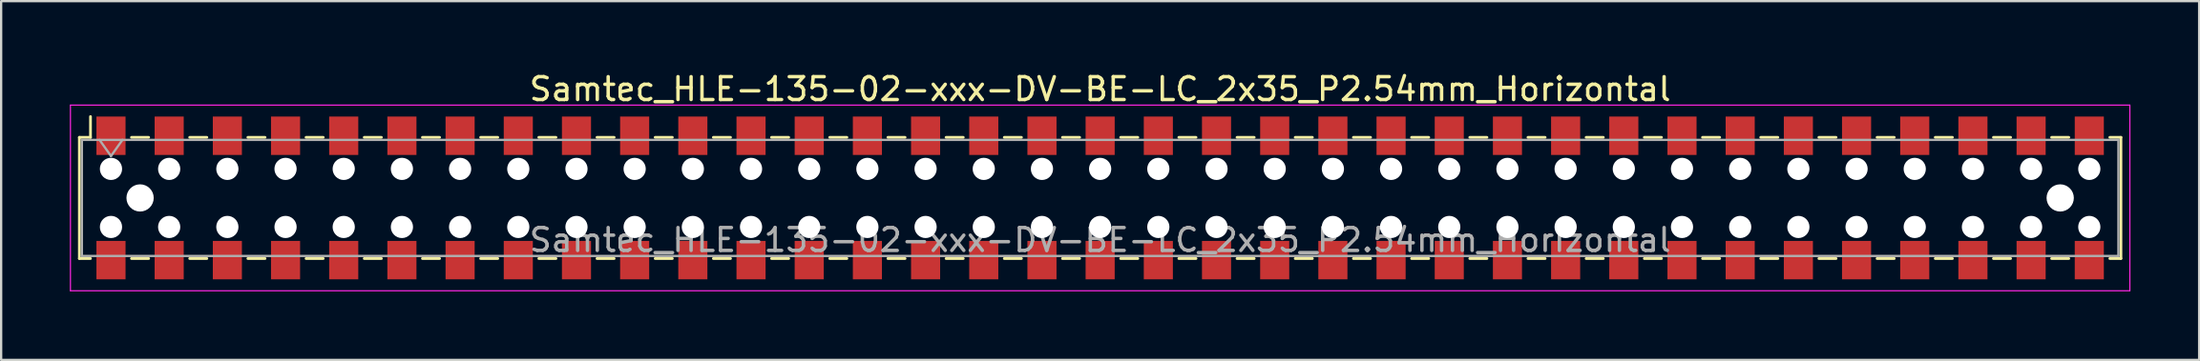
<source format=kicad_pcb>
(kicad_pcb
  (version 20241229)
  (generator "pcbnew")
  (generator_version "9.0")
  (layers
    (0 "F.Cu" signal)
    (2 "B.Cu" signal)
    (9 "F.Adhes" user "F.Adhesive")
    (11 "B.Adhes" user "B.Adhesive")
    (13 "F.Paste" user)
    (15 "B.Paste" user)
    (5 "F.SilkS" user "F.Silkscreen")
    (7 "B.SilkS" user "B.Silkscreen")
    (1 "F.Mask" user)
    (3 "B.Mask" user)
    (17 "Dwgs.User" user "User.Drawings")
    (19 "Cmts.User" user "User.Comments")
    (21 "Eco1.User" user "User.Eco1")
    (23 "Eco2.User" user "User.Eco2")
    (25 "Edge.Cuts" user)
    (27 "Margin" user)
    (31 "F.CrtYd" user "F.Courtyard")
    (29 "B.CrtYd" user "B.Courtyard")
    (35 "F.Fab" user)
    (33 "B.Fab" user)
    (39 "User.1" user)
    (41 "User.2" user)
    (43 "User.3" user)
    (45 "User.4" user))
  (footprint "Samtec_HLE-135-02-xxx-DV-BE-LC_2x35_P2.54mm_Horizontal"
    (layer "F.Cu")
    (at 44.975 5.608)
    (property "Reference" "Samtec_HLE-135-02-xxx-DV-BE-LC_2x35_P2.54mm_Horizontal" (at 0 -4.76 0) (layer "F.SilkS") (effects (font (size 1 1) (thickness 0.15))))
    (attr smd)
    (fp_line (start -44.56 -2.65) (end -44.56 2.65) (stroke (width 0.12) (type solid)) (layer "F.SilkS"))
    (fp_line (start -44.56 2.65) (end -44.075 2.65) (stroke (width 0.12) (type solid)) (layer "F.SilkS"))
    (fp_line (start -44.075 -3.56) (end -44.075 -2.65) (stroke (width 0.12) (type solid)) (layer "F.SilkS"))
    (fp_line (start -44.075 -2.65) (end -44.56 -2.65) (stroke (width 0.12) (type solid)) (layer "F.SilkS"))
    (fp_line (start -42.285 -2.65) (end -41.535 -2.65) (stroke (width 0.12) (type solid)) (layer "F.SilkS"))
    (fp_line (start -42.285 2.65) (end -41.535 2.65) (stroke (width 0.12) (type solid)) (layer "F.SilkS"))
    (fp_line (start -39.745 -2.65) (end -38.995 -2.65) (stroke (width 0.12) (type solid)) (layer "F.SilkS"))
    (fp_line (start -39.745 2.65) (end -38.995 2.65) (stroke (width 0.12) (type solid)) (layer "F.SilkS"))
    (fp_line (start -37.205 -2.65) (end -36.455 -2.65) (stroke (width 0.12) (type solid)) (layer "F.SilkS"))
    (fp_line (start -37.205 2.65) (end -36.455 2.65) (stroke (width 0.12) (type solid)) (layer "F.SilkS"))
    (fp_line (start -34.665 -2.65) (end -33.915 -2.65) (stroke (width 0.12) (type solid)) (layer "F.SilkS"))
    (fp_line (start -34.665 2.65) (end -33.915 2.65) (stroke (width 0.12) (type solid)) (layer "F.SilkS"))
    (fp_line (start -32.125 -2.65) (end -31.375 -2.65) (stroke (width 0.12) (type solid)) (layer "F.SilkS"))
    (fp_line (start -32.125 2.65) (end -31.375 2.65) (stroke (width 0.12) (type solid)) (layer "F.SilkS"))
    (fp_line (start -29.585 -2.65) (end -28.835 -2.65) (stroke (width 0.12) (type solid)) (layer "F.SilkS"))
    (fp_line (start -29.585 2.65) (end -28.835 2.65) (stroke (width 0.12) (type solid)) (layer "F.SilkS"))
    (fp_line (start -27.045 -2.65) (end -26.295 -2.65) (stroke (width 0.12) (type solid)) (layer "F.SilkS"))
    (fp_line (start -27.045 2.65) (end -26.295 2.65) (stroke (width 0.12) (type solid)) (layer "F.SilkS"))
    (fp_line (start -24.505 -2.65) (end -23.755 -2.65) (stroke (width 0.12) (type solid)) (layer "F.SilkS"))
    (fp_line (start -24.505 2.65) (end -23.755 2.65) (stroke (width 0.12) (type solid)) (layer "F.SilkS"))
    (fp_line (start -21.965 -2.65) (end -21.215 -2.65) (stroke (width 0.12) (type solid)) (layer "F.SilkS"))
    (fp_line (start -21.965 2.65) (end -21.215 2.65) (stroke (width 0.12) (type solid)) (layer "F.SilkS"))
    (fp_line (start -19.425 -2.65) (end -18.675 -2.65) (stroke (width 0.12) (type solid)) (layer "F.SilkS"))
    (fp_line (start -19.425 2.65) (end -18.675 2.65) (stroke (width 0.12) (type solid)) (layer "F.SilkS"))
    (fp_line (start -16.885 -2.65) (end -16.135 -2.65) (stroke (width 0.12) (type solid)) (layer "F.SilkS"))
    (fp_line (start -16.885 2.65) (end -16.135 2.65) (stroke (width 0.12) (type solid)) (layer "F.SilkS"))
    (fp_line (start -14.345 -2.65) (end -13.595 -2.65) (stroke (width 0.12) (type solid)) (layer "F.SilkS"))
    (fp_line (start -14.345 2.65) (end -13.595 2.65) (stroke (width 0.12) (type solid)) (layer "F.SilkS"))
    (fp_line (start -11.805 -2.65) (end -11.055 -2.65) (stroke (width 0.12) (type solid)) (layer "F.SilkS"))
    (fp_line (start -11.805 2.65) (end -11.055 2.65) (stroke (width 0.12) (type solid)) (layer "F.SilkS"))
    (fp_line (start -9.265 -2.65) (end -8.515 -2.65) (stroke (width 0.12) (type solid)) (layer "F.SilkS"))
    (fp_line (start -9.265 2.65) (end -8.515 2.65) (stroke (width 0.12) (type solid)) (layer "F.SilkS"))
    (fp_line (start -6.725 -2.65) (end -5.975 -2.65) (stroke (width 0.12) (type solid)) (layer "F.SilkS"))
    (fp_line (start -6.725 2.65) (end -5.975 2.65) (stroke (width 0.12) (type solid)) (layer "F.SilkS"))
    (fp_line (start -4.185 -2.65) (end -3.435 -2.65) (stroke (width 0.12) (type solid)) (layer "F.SilkS"))
    (fp_line (start -4.185 2.65) (end -3.435 2.65) (stroke (width 0.12) (type solid)) (layer "F.SilkS"))
    (fp_line (start -1.645 -2.65) (end -0.895 -2.65) (stroke (width 0.12) (type solid)) (layer "F.SilkS"))
    (fp_line (start -1.645 2.65) (end -0.895 2.65) (stroke (width 0.12) (type solid)) (layer "F.SilkS"))
    (fp_line (start 0.895 -2.65) (end 1.645 -2.65) (stroke (width 0.12) (type solid)) (layer "F.SilkS"))
    (fp_line (start 0.895 2.65) (end 1.645 2.65) (stroke (width 0.12) (type solid)) (layer "F.SilkS"))
    (fp_line (start 3.435 -2.65) (end 4.185 -2.65) (stroke (width 0.12) (type solid)) (layer "F.SilkS"))
    (fp_line (start 3.435 2.65) (end 4.185 2.65) (stroke (width 0.12) (type solid)) (layer "F.SilkS"))
    (fp_line (start 5.975 -2.65) (end 6.725 -2.65) (stroke (width 0.12) (type solid)) (layer "F.SilkS"))
    (fp_line (start 5.975 2.65) (end 6.725 2.65) (stroke (width 0.12) (type solid)) (layer "F.SilkS"))
    (fp_line (start 8.515 -2.65) (end 9.265 -2.65) (stroke (width 0.12) (type solid)) (layer "F.SilkS"))
    (fp_line (start 8.515 2.65) (end 9.265 2.65) (stroke (width 0.12) (type solid)) (layer "F.SilkS"))
    (fp_line (start 11.055 -2.65) (end 11.805 -2.65) (stroke (width 0.12) (type solid)) (layer "F.SilkS"))
    (fp_line (start 11.055 2.65) (end 11.805 2.65) (stroke (width 0.12) (type solid)) (layer "F.SilkS"))
    (fp_line (start 13.595 -2.65) (end 14.345 -2.65) (stroke (width 0.12) (type solid)) (layer "F.SilkS"))
    (fp_line (start 13.595 2.65) (end 14.345 2.65) (stroke (width 0.12) (type solid)) (layer "F.SilkS"))
    (fp_line (start 16.135 -2.65) (end 16.885 -2.65) (stroke (width 0.12) (type solid)) (layer "F.SilkS"))
    (fp_line (start 16.135 2.65) (end 16.885 2.65) (stroke (width 0.12) (type solid)) (layer "F.SilkS"))
    (fp_line (start 18.675 -2.65) (end 19.425 -2.65) (stroke (width 0.12) (type solid)) (layer "F.SilkS"))
    (fp_line (start 18.675 2.65) (end 19.425 2.65) (stroke (width 0.12) (type solid)) (layer "F.SilkS"))
    (fp_line (start 21.215 -2.65) (end 21.965 -2.65) (stroke (width 0.12) (type solid)) (layer "F.SilkS"))
    (fp_line (start 21.215 2.65) (end 21.965 2.65) (stroke (width 0.12) (type solid)) (layer "F.SilkS"))
    (fp_line (start 23.755 -2.65) (end 24.505 -2.65) (stroke (width 0.12) (type solid)) (layer "F.SilkS"))
    (fp_line (start 23.755 2.65) (end 24.505 2.65) (stroke (width 0.12) (type solid)) (layer "F.SilkS"))
    (fp_line (start 26.295 -2.65) (end 27.045 -2.65) (stroke (width 0.12) (type solid)) (layer "F.SilkS"))
    (fp_line (start 26.295 2.65) (end 27.045 2.65) (stroke (width 0.12) (type solid)) (layer "F.SilkS"))
    (fp_line (start 28.835 -2.65) (end 29.585 -2.65) (stroke (width 0.12) (type solid)) (layer "F.SilkS"))
    (fp_line (start 28.835 2.65) (end 29.585 2.65) (stroke (width 0.12) (type solid)) (layer "F.SilkS"))
    (fp_line (start 31.375 -2.65) (end 32.125 -2.65) (stroke (width 0.12) (type solid)) (layer "F.SilkS"))
    (fp_line (start 31.375 2.65) (end 32.125 2.65) (stroke (width 0.12) (type solid)) (layer "F.SilkS"))
    (fp_line (start 33.915 -2.65) (end 34.665 -2.65) (stroke (width 0.12) (type solid)) (layer "F.SilkS"))
    (fp_line (start 33.915 2.65) (end 34.665 2.65) (stroke (width 0.12) (type solid)) (layer "F.SilkS"))
    (fp_line (start 36.455 -2.65) (end 37.205 -2.65) (stroke (width 0.12) (type solid)) (layer "F.SilkS"))
    (fp_line (start 36.455 2.65) (end 37.205 2.65) (stroke (width 0.12) (type solid)) (layer "F.SilkS"))
    (fp_line (start 38.995 -2.65) (end 39.745 -2.65) (stroke (width 0.12) (type solid)) (layer "F.SilkS"))
    (fp_line (start 38.995 2.65) (end 39.745 2.65) (stroke (width 0.12) (type solid)) (layer "F.SilkS"))
    (fp_line (start 41.535 -2.65) (end 42.285 -2.65) (stroke (width 0.12) (type solid)) (layer "F.SilkS"))
    (fp_line (start 41.535 2.65) (end 42.285 2.65) (stroke (width 0.12) (type solid)) (layer "F.SilkS"))
    (fp_line (start 44.075 -2.65) (end 44.56 -2.65) (stroke (width 0.12) (type solid)) (layer "F.SilkS"))
    (fp_line (start 44.56 -2.65) (end 44.56 2.65) (stroke (width 0.12) (type solid)) (layer "F.SilkS"))
    (fp_line (start 44.56 2.65) (end 44.075 2.65) (stroke (width 0.12) (type solid)) (layer "F.SilkS"))
    (fp_line (start -44.95 -4.06) (end 44.95 -4.06) (stroke (width 0.05) (type solid)) (layer "F.CrtYd"))
    (fp_line (start -44.95 4.06) (end -44.95 -4.06) (stroke (width 0.05) (type solid)) (layer "F.CrtYd"))
    (fp_line (start 44.95 -4.06) (end 44.95 4.06) (stroke (width 0.05) (type solid)) (layer "F.CrtYd"))
    (fp_line (start 44.95 4.06) (end -44.95 4.06) (stroke (width 0.05) (type solid)) (layer "F.CrtYd"))
    (fp_line (start -44.45 -2.54) (end 44.45 -2.54) (stroke (width 0.1) (type solid)) (layer "F.Fab"))
    (fp_line (start -44.45 2.54) (end -44.45 -2.54) (stroke (width 0.1) (type solid)) (layer "F.Fab"))
    (fp_line (start -43.68 -2.54) (end -43.18 -1.833) (stroke (width 0.1) (type solid)) (layer "F.Fab"))
    (fp_line (start -43.18 -1.833) (end -42.68 -2.54) (stroke (width 0.1) (type solid)) (layer "F.Fab"))
    (fp_line (start 44.45 -2.54) (end 44.45 2.54) (stroke (width 0.1) (type solid)) (layer "F.Fab"))
    (fp_line (start 44.45 2.54) (end -44.45 2.54) (stroke (width 0.1) (type solid)) (layer "F.Fab"))
    (fp_text user "${REFERENCE}" (at 0 1.84 0) (layer "F.Fab") (effects (font (size 1 1) (thickness 0.15))))
    (pad "" np_thru_hole circle (at -43.18 -1.27) (size 0.97 0.97) (drill 0.97) (layers "*.Cu" "*.Mask"))
    (pad "" np_thru_hole circle (at -43.18 1.27) (size 0.97 0.97) (drill 0.97) (layers "*.Cu" "*.Mask"))
    (pad "" np_thru_hole circle (at -41.91 0) (size 1.19 1.19) (drill 1.19) (layers "*.Cu" "*.Mask"))
    (pad "" np_thru_hole circle (at -40.64 -1.27) (size 0.97 0.97) (drill 0.97) (layers "*.Cu" "*.Mask"))
    (pad "" np_thru_hole circle (at -40.64 1.27) (size 0.97 0.97) (drill 0.97) (layers "*.Cu" "*.Mask"))
    (pad "" np_thru_hole circle (at -38.1 -1.27) (size 0.97 0.97) (drill 0.97) (layers "*.Cu" "*.Mask"))
    (pad "" np_thru_hole circle (at -38.1 1.27) (size 0.97 0.97) (drill 0.97) (layers "*.Cu" "*.Mask"))
    (pad "" np_thru_hole circle (at -35.56 -1.27) (size 0.97 0.97) (drill 0.97) (layers "*.Cu" "*.Mask"))
    (pad "" np_thru_hole circle (at -35.56 1.27) (size 0.97 0.97) (drill 0.97) (layers "*.Cu" "*.Mask"))
    (pad "" np_thru_hole circle (at -33.02 -1.27) (size 0.97 0.97) (drill 0.97) (layers "*.Cu" "*.Mask"))
    (pad "" np_thru_hole circle (at -33.02 1.27) (size 0.97 0.97) (drill 0.97) (layers "*.Cu" "*.Mask"))
    (pad "" np_thru_hole circle (at -30.48 -1.27) (size 0.97 0.97) (drill 0.97) (layers "*.Cu" "*.Mask"))
    (pad "" np_thru_hole circle (at -30.48 1.27) (size 0.97 0.97) (drill 0.97) (layers "*.Cu" "*.Mask"))
    (pad "" np_thru_hole circle (at -27.94 -1.27) (size 0.97 0.97) (drill 0.97) (layers "*.Cu" "*.Mask"))
    (pad "" np_thru_hole circle (at -27.94 1.27) (size 0.97 0.97) (drill 0.97) (layers "*.Cu" "*.Mask"))
    (pad "" np_thru_hole circle (at -25.4 -1.27) (size 0.97 0.97) (drill 0.97) (layers "*.Cu" "*.Mask"))
    (pad "" np_thru_hole circle (at -25.4 1.27) (size 0.97 0.97) (drill 0.97) (layers "*.Cu" "*.Mask"))
    (pad "" np_thru_hole circle (at -22.86 -1.27) (size 0.97 0.97) (drill 0.97) (layers "*.Cu" "*.Mask"))
    (pad "" np_thru_hole circle (at -22.86 1.27) (size 0.97 0.97) (drill 0.97) (layers "*.Cu" "*.Mask"))
    (pad "" np_thru_hole circle (at -20.32 -1.27) (size 0.97 0.97) (drill 0.97) (layers "*.Cu" "*.Mask"))
    (pad "" np_thru_hole circle (at -20.32 1.27) (size 0.97 0.97) (drill 0.97) (layers "*.Cu" "*.Mask"))
    (pad "" np_thru_hole circle (at -17.78 -1.27) (size 0.97 0.97) (drill 0.97) (layers "*.Cu" "*.Mask"))
    (pad "" np_thru_hole circle (at -17.78 1.27) (size 0.97 0.97) (drill 0.97) (layers "*.Cu" "*.Mask"))
    (pad "" np_thru_hole circle (at -15.24 -1.27) (size 0.97 0.97) (drill 0.97) (layers "*.Cu" "*.Mask"))
    (pad "" np_thru_hole circle (at -15.24 1.27) (size 0.97 0.97) (drill 0.97) (layers "*.Cu" "*.Mask"))
    (pad "" np_thru_hole circle (at -12.7 -1.27) (size 0.97 0.97) (drill 0.97) (layers "*.Cu" "*.Mask"))
    (pad "" np_thru_hole circle (at -12.7 1.27) (size 0.97 0.97) (drill 0.97) (layers "*.Cu" "*.Mask"))
    (pad "" np_thru_hole circle (at -10.16 -1.27) (size 0.97 0.97) (drill 0.97) (layers "*.Cu" "*.Mask"))
    (pad "" np_thru_hole circle (at -10.16 1.27) (size 0.97 0.97) (drill 0.97) (layers "*.Cu" "*.Mask"))
    (pad "" np_thru_hole circle (at -7.62 -1.27) (size 0.97 0.97) (drill 0.97) (layers "*.Cu" "*.Mask"))
    (pad "" np_thru_hole circle (at -7.62 1.27) (size 0.97 0.97) (drill 0.97) (layers "*.Cu" "*.Mask"))
    (pad "" np_thru_hole circle (at -5.08 -1.27) (size 0.97 0.97) (drill 0.97) (layers "*.Cu" "*.Mask"))
    (pad "" np_thru_hole circle (at -5.08 1.27) (size 0.97 0.97) (drill 0.97) (layers "*.Cu" "*.Mask"))
    (pad "" np_thru_hole circle (at -2.54 -1.27) (size 0.97 0.97) (drill 0.97) (layers "*.Cu" "*.Mask"))
    (pad "" np_thru_hole circle (at -2.54 1.27) (size 0.97 0.97) (drill 0.97) (layers "*.Cu" "*.Mask"))
    (pad "" np_thru_hole circle (at 0 -1.27) (size 0.97 0.97) (drill 0.97) (layers "*.Cu" "*.Mask"))
    (pad "" np_thru_hole circle (at 0 1.27) (size 0.97 0.97) (drill 0.97) (layers "*.Cu" "*.Mask"))
    (pad "" np_thru_hole circle (at 2.54 -1.27) (size 0.97 0.97) (drill 0.97) (layers "*.Cu" "*.Mask"))
    (pad "" np_thru_hole circle (at 2.54 1.27) (size 0.97 0.97) (drill 0.97) (layers "*.Cu" "*.Mask"))
    (pad "" np_thru_hole circle (at 5.08 -1.27) (size 0.97 0.97) (drill 0.97) (layers "*.Cu" "*.Mask"))
    (pad "" np_thru_hole circle (at 5.08 1.27) (size 0.97 0.97) (drill 0.97) (layers "*.Cu" "*.Mask"))
    (pad "" np_thru_hole circle (at 7.62 -1.27) (size 0.97 0.97) (drill 0.97) (layers "*.Cu" "*.Mask"))
    (pad "" np_thru_hole circle (at 7.62 1.27) (size 0.97 0.97) (drill 0.97) (layers "*.Cu" "*.Mask"))
    (pad "" np_thru_hole circle (at 10.16 -1.27) (size 0.97 0.97) (drill 0.97) (layers "*.Cu" "*.Mask"))
    (pad "" np_thru_hole circle (at 10.16 1.27) (size 0.97 0.97) (drill 0.97) (layers "*.Cu" "*.Mask"))
    (pad "" np_thru_hole circle (at 12.7 -1.27) (size 0.97 0.97) (drill 0.97) (layers "*.Cu" "*.Mask"))
    (pad "" np_thru_hole circle (at 12.7 1.27) (size 0.97 0.97) (drill 0.97) (layers "*.Cu" "*.Mask"))
    (pad "" np_thru_hole circle (at 15.24 -1.27) (size 0.97 0.97) (drill 0.97) (layers "*.Cu" "*.Mask"))
    (pad "" np_thru_hole circle (at 15.24 1.27) (size 0.97 0.97) (drill 0.97) (layers "*.Cu" "*.Mask"))
    (pad "" np_thru_hole circle (at 17.78 -1.27) (size 0.97 0.97) (drill 0.97) (layers "*.Cu" "*.Mask"))
    (pad "" np_thru_hole circle (at 17.78 1.27) (size 0.97 0.97) (drill 0.97) (layers "*.Cu" "*.Mask"))
    (pad "" np_thru_hole circle (at 20.32 -1.27) (size 0.97 0.97) (drill 0.97) (layers "*.Cu" "*.Mask"))
    (pad "" np_thru_hole circle (at 20.32 1.27) (size 0.97 0.97) (drill 0.97) (layers "*.Cu" "*.Mask"))
    (pad "" np_thru_hole circle (at 22.86 -1.27) (size 0.97 0.97) (drill 0.97) (layers "*.Cu" "*.Mask"))
    (pad "" np_thru_hole circle (at 22.86 1.27) (size 0.97 0.97) (drill 0.97) (layers "*.Cu" "*.Mask"))
    (pad "" np_thru_hole circle (at 25.4 -1.27) (size 0.97 0.97) (drill 0.97) (layers "*.Cu" "*.Mask"))
    (pad "" np_thru_hole circle (at 25.4 1.27) (size 0.97 0.97) (drill 0.97) (layers "*.Cu" "*.Mask"))
    (pad "" np_thru_hole circle (at 27.94 -1.27) (size 0.97 0.97) (drill 0.97) (layers "*.Cu" "*.Mask"))
    (pad "" np_thru_hole circle (at 27.94 1.27) (size 0.97 0.97) (drill 0.97) (layers "*.Cu" "*.Mask"))
    (pad "" np_thru_hole circle (at 30.48 -1.27) (size 0.97 0.97) (drill 0.97) (layers "*.Cu" "*.Mask"))
    (pad "" np_thru_hole circle (at 30.48 1.27) (size 0.97 0.97) (drill 0.97) (layers "*.Cu" "*.Mask"))
    (pad "" np_thru_hole circle (at 33.02 -1.27) (size 0.97 0.97) (drill 0.97) (layers "*.Cu" "*.Mask"))
    (pad "" np_thru_hole circle (at 33.02 1.27) (size 0.97 0.97) (drill 0.97) (layers "*.Cu" "*.Mask"))
    (pad "" np_thru_hole circle (at 35.56 -1.27) (size 0.97 0.97) (drill 0.97) (layers "*.Cu" "*.Mask"))
    (pad "" np_thru_hole circle (at 35.56 1.27) (size 0.97 0.97) (drill 0.97) (layers "*.Cu" "*.Mask"))
    (pad "" np_thru_hole circle (at 38.1 -1.27) (size 0.97 0.97) (drill 0.97) (layers "*.Cu" "*.Mask"))
    (pad "" np_thru_hole circle (at 38.1 1.27) (size 0.97 0.97) (drill 0.97) (layers "*.Cu" "*.Mask"))
    (pad "" np_thru_hole circle (at 40.64 -1.27) (size 0.97 0.97) (drill 0.97) (layers "*.Cu" "*.Mask"))
    (pad "" np_thru_hole circle (at 40.64 1.27) (size 0.97 0.97) (drill 0.97) (layers "*.Cu" "*.Mask"))
    (pad "" np_thru_hole circle (at 41.91 0) (size 1.19 1.19) (drill 1.19) (layers "*.Cu" "*.Mask"))
    (pad "" np_thru_hole circle (at 43.18 -1.27) (size 0.97 0.97) (drill 0.97) (layers "*.Cu" "*.Mask"))
    (pad "" np_thru_hole circle (at 43.18 1.27) (size 0.97 0.97) (drill 0.97) (layers "*.Cu" "*.Mask"))
    (pad "1" smd rect (at -43.18 -2.72) (size 1.27 1.68) (layers "F.Cu" "F.Mask" "F.Paste"))
    (pad "2" smd rect (at -43.18 2.72) (size 1.27 1.68) (layers "F.Cu" "F.Mask" "F.Paste"))
    (pad "3" smd rect (at -40.64 -2.72) (size 1.27 1.68) (layers "F.Cu" "F.Mask" "F.Paste"))
    (pad "4" smd rect (at -40.64 2.72) (size 1.27 1.68) (layers "F.Cu" "F.Mask" "F.Paste"))
    (pad "5" smd rect (at -38.1 -2.72) (size 1.27 1.68) (layers "F.Cu" "F.Mask" "F.Paste"))
    (pad "6" smd rect (at -38.1 2.72) (size 1.27 1.68) (layers "F.Cu" "F.Mask" "F.Paste"))
    (pad "7" smd rect (at -35.56 -2.72) (size 1.27 1.68) (layers "F.Cu" "F.Mask" "F.Paste"))
    (pad "8" smd rect (at -35.56 2.72) (size 1.27 1.68) (layers "F.Cu" "F.Mask" "F.Paste"))
    (pad "9" smd rect (at -33.02 -2.72) (size 1.27 1.68) (layers "F.Cu" "F.Mask" "F.Paste"))
    (pad "10" smd rect (at -33.02 2.72) (size 1.27 1.68) (layers "F.Cu" "F.Mask" "F.Paste"))
    (pad "11" smd rect (at -30.48 -2.72) (size 1.27 1.68) (layers "F.Cu" "F.Mask" "F.Paste"))
    (pad "12" smd rect (at -30.48 2.72) (size 1.27 1.68) (layers "F.Cu" "F.Mask" "F.Paste"))
    (pad "13" smd rect (at -27.94 -2.72) (size 1.27 1.68) (layers "F.Cu" "F.Mask" "F.Paste"))
    (pad "14" smd rect (at -27.94 2.72) (size 1.27 1.68) (layers "F.Cu" "F.Mask" "F.Paste"))
    (pad "15" smd rect (at -25.4 -2.72) (size 1.27 1.68) (layers "F.Cu" "F.Mask" "F.Paste"))
    (pad "16" smd rect (at -25.4 2.72) (size 1.27 1.68) (layers "F.Cu" "F.Mask" "F.Paste"))
    (pad "17" smd rect (at -22.86 -2.72) (size 1.27 1.68) (layers "F.Cu" "F.Mask" "F.Paste"))
    (pad "18" smd rect (at -22.86 2.72) (size 1.27 1.68) (layers "F.Cu" "F.Mask" "F.Paste"))
    (pad "19" smd rect (at -20.32 -2.72) (size 1.27 1.68) (layers "F.Cu" "F.Mask" "F.Paste"))
    (pad "20" smd rect (at -20.32 2.72) (size 1.27 1.68) (layers "F.Cu" "F.Mask" "F.Paste"))
    (pad "21" smd rect (at -17.78 -2.72) (size 1.27 1.68) (layers "F.Cu" "F.Mask" "F.Paste"))
    (pad "22" smd rect (at -17.78 2.72) (size 1.27 1.68) (layers "F.Cu" "F.Mask" "F.Paste"))
    (pad "23" smd rect (at -15.24 -2.72) (size 1.27 1.68) (layers "F.Cu" "F.Mask" "F.Paste"))
    (pad "24" smd rect (at -15.24 2.72) (size 1.27 1.68) (layers "F.Cu" "F.Mask" "F.Paste"))
    (pad "25" smd rect (at -12.7 -2.72) (size 1.27 1.68) (layers "F.Cu" "F.Mask" "F.Paste"))
    (pad "26" smd rect (at -12.7 2.72) (size 1.27 1.68) (layers "F.Cu" "F.Mask" "F.Paste"))
    (pad "27" smd rect (at -10.16 -2.72) (size 1.27 1.68) (layers "F.Cu" "F.Mask" "F.Paste"))
    (pad "28" smd rect (at -10.16 2.72) (size 1.27 1.68) (layers "F.Cu" "F.Mask" "F.Paste"))
    (pad "29" smd rect (at -7.62 -2.72) (size 1.27 1.68) (layers "F.Cu" "F.Mask" "F.Paste"))
    (pad "30" smd rect (at -7.62 2.72) (size 1.27 1.68) (layers "F.Cu" "F.Mask" "F.Paste"))
    (pad "31" smd rect (at -5.08 -2.72) (size 1.27 1.68) (layers "F.Cu" "F.Mask" "F.Paste"))
    (pad "32" smd rect (at -5.08 2.72) (size 1.27 1.68) (layers "F.Cu" "F.Mask" "F.Paste"))
    (pad "33" smd rect (at -2.54 -2.72) (size 1.27 1.68) (layers "F.Cu" "F.Mask" "F.Paste"))
    (pad "34" smd rect (at -2.54 2.72) (size 1.27 1.68) (layers "F.Cu" "F.Mask" "F.Paste"))
    (pad "35" smd rect (at 0 -2.72) (size 1.27 1.68) (layers "F.Cu" "F.Mask" "F.Paste"))
    (pad "36" smd rect (at 0 2.72) (size 1.27 1.68) (layers "F.Cu" "F.Mask" "F.Paste"))
    (pad "37" smd rect (at 2.54 -2.72) (size 1.27 1.68) (layers "F.Cu" "F.Mask" "F.Paste"))
    (pad "38" smd rect (at 2.54 2.72) (size 1.27 1.68) (layers "F.Cu" "F.Mask" "F.Paste"))
    (pad "39" smd rect (at 5.08 -2.72) (size 1.27 1.68) (layers "F.Cu" "F.Mask" "F.Paste"))
    (pad "40" smd rect (at 5.08 2.72) (size 1.27 1.68) (layers "F.Cu" "F.Mask" "F.Paste"))
    (pad "41" smd rect (at 7.62 -2.72) (size 1.27 1.68) (layers "F.Cu" "F.Mask" "F.Paste"))
    (pad "42" smd rect (at 7.62 2.72) (size 1.27 1.68) (layers "F.Cu" "F.Mask" "F.Paste"))
    (pad "43" smd rect (at 10.16 -2.72) (size 1.27 1.68) (layers "F.Cu" "F.Mask" "F.Paste"))
    (pad "44" smd rect (at 10.16 2.72) (size 1.27 1.68) (layers "F.Cu" "F.Mask" "F.Paste"))
    (pad "45" smd rect (at 12.7 -2.72) (size 1.27 1.68) (layers "F.Cu" "F.Mask" "F.Paste"))
    (pad "46" smd rect (at 12.7 2.72) (size 1.27 1.68) (layers "F.Cu" "F.Mask" "F.Paste"))
    (pad "47" smd rect (at 15.24 -2.72) (size 1.27 1.68) (layers "F.Cu" "F.Mask" "F.Paste"))
    (pad "48" smd rect (at 15.24 2.72) (size 1.27 1.68) (layers "F.Cu" "F.Mask" "F.Paste"))
    (pad "49" smd rect (at 17.78 -2.72) (size 1.27 1.68) (layers "F.Cu" "F.Mask" "F.Paste"))
    (pad "50" smd rect (at 17.78 2.72) (size 1.27 1.68) (layers "F.Cu" "F.Mask" "F.Paste"))
    (pad "51" smd rect (at 20.32 -2.72) (size 1.27 1.68) (layers "F.Cu" "F.Mask" "F.Paste"))
    (pad "52" smd rect (at 20.32 2.72) (size 1.27 1.68) (layers "F.Cu" "F.Mask" "F.Paste"))
    (pad "53" smd rect (at 22.86 -2.72) (size 1.27 1.68) (layers "F.Cu" "F.Mask" "F.Paste"))
    (pad "54" smd rect (at 22.86 2.72) (size 1.27 1.68) (layers "F.Cu" "F.Mask" "F.Paste"))
    (pad "55" smd rect (at 25.4 -2.72) (size 1.27 1.68) (layers "F.Cu" "F.Mask" "F.Paste"))
    (pad "56" smd rect (at 25.4 2.72) (size 1.27 1.68) (layers "F.Cu" "F.Mask" "F.Paste"))
    (pad "57" smd rect (at 27.94 -2.72) (size 1.27 1.68) (layers "F.Cu" "F.Mask" "F.Paste"))
    (pad "58" smd rect (at 27.94 2.72) (size 1.27 1.68) (layers "F.Cu" "F.Mask" "F.Paste"))
    (pad "59" smd rect (at 30.48 -2.72) (size 1.27 1.68) (layers "F.Cu" "F.Mask" "F.Paste"))
    (pad "60" smd rect (at 30.48 2.72) (size 1.27 1.68) (layers "F.Cu" "F.Mask" "F.Paste"))
    (pad "61" smd rect (at 33.02 -2.72) (size 1.27 1.68) (layers "F.Cu" "F.Mask" "F.Paste"))
    (pad "62" smd rect (at 33.02 2.72) (size 1.27 1.68) (layers "F.Cu" "F.Mask" "F.Paste"))
    (pad "63" smd rect (at 35.56 -2.72) (size 1.27 1.68) (layers "F.Cu" "F.Mask" "F.Paste"))
    (pad "64" smd rect (at 35.56 2.72) (size 1.27 1.68) (layers "F.Cu" "F.Mask" "F.Paste"))
    (pad "65" smd rect (at 38.1 -2.72) (size 1.27 1.68) (layers "F.Cu" "F.Mask" "F.Paste"))
    (pad "66" smd rect (at 38.1 2.72) (size 1.27 1.68) (layers "F.Cu" "F.Mask" "F.Paste"))
    (pad "67" smd rect (at 40.64 -2.72) (size 1.27 1.68) (layers "F.Cu" "F.Mask" "F.Paste"))
    (pad "68" smd rect (at 40.64 2.72) (size 1.27 1.68) (layers "F.Cu" "F.Mask" "F.Paste"))
    (pad "69" smd rect (at 43.18 -2.72) (size 1.27 1.68) (layers "F.Cu" "F.Mask" "F.Paste"))
    (pad "70" smd rect (at 43.18 2.72) (size 1.27 1.68) (layers "F.Cu" "F.Mask" "F.Paste")))
  (gr_rect
    (start -3 -3)
    (end 92.95 12.693)
    (stroke (width 0.1) (type default))
    (fill no)
    (layer "Edge.Cuts")))
</source>
